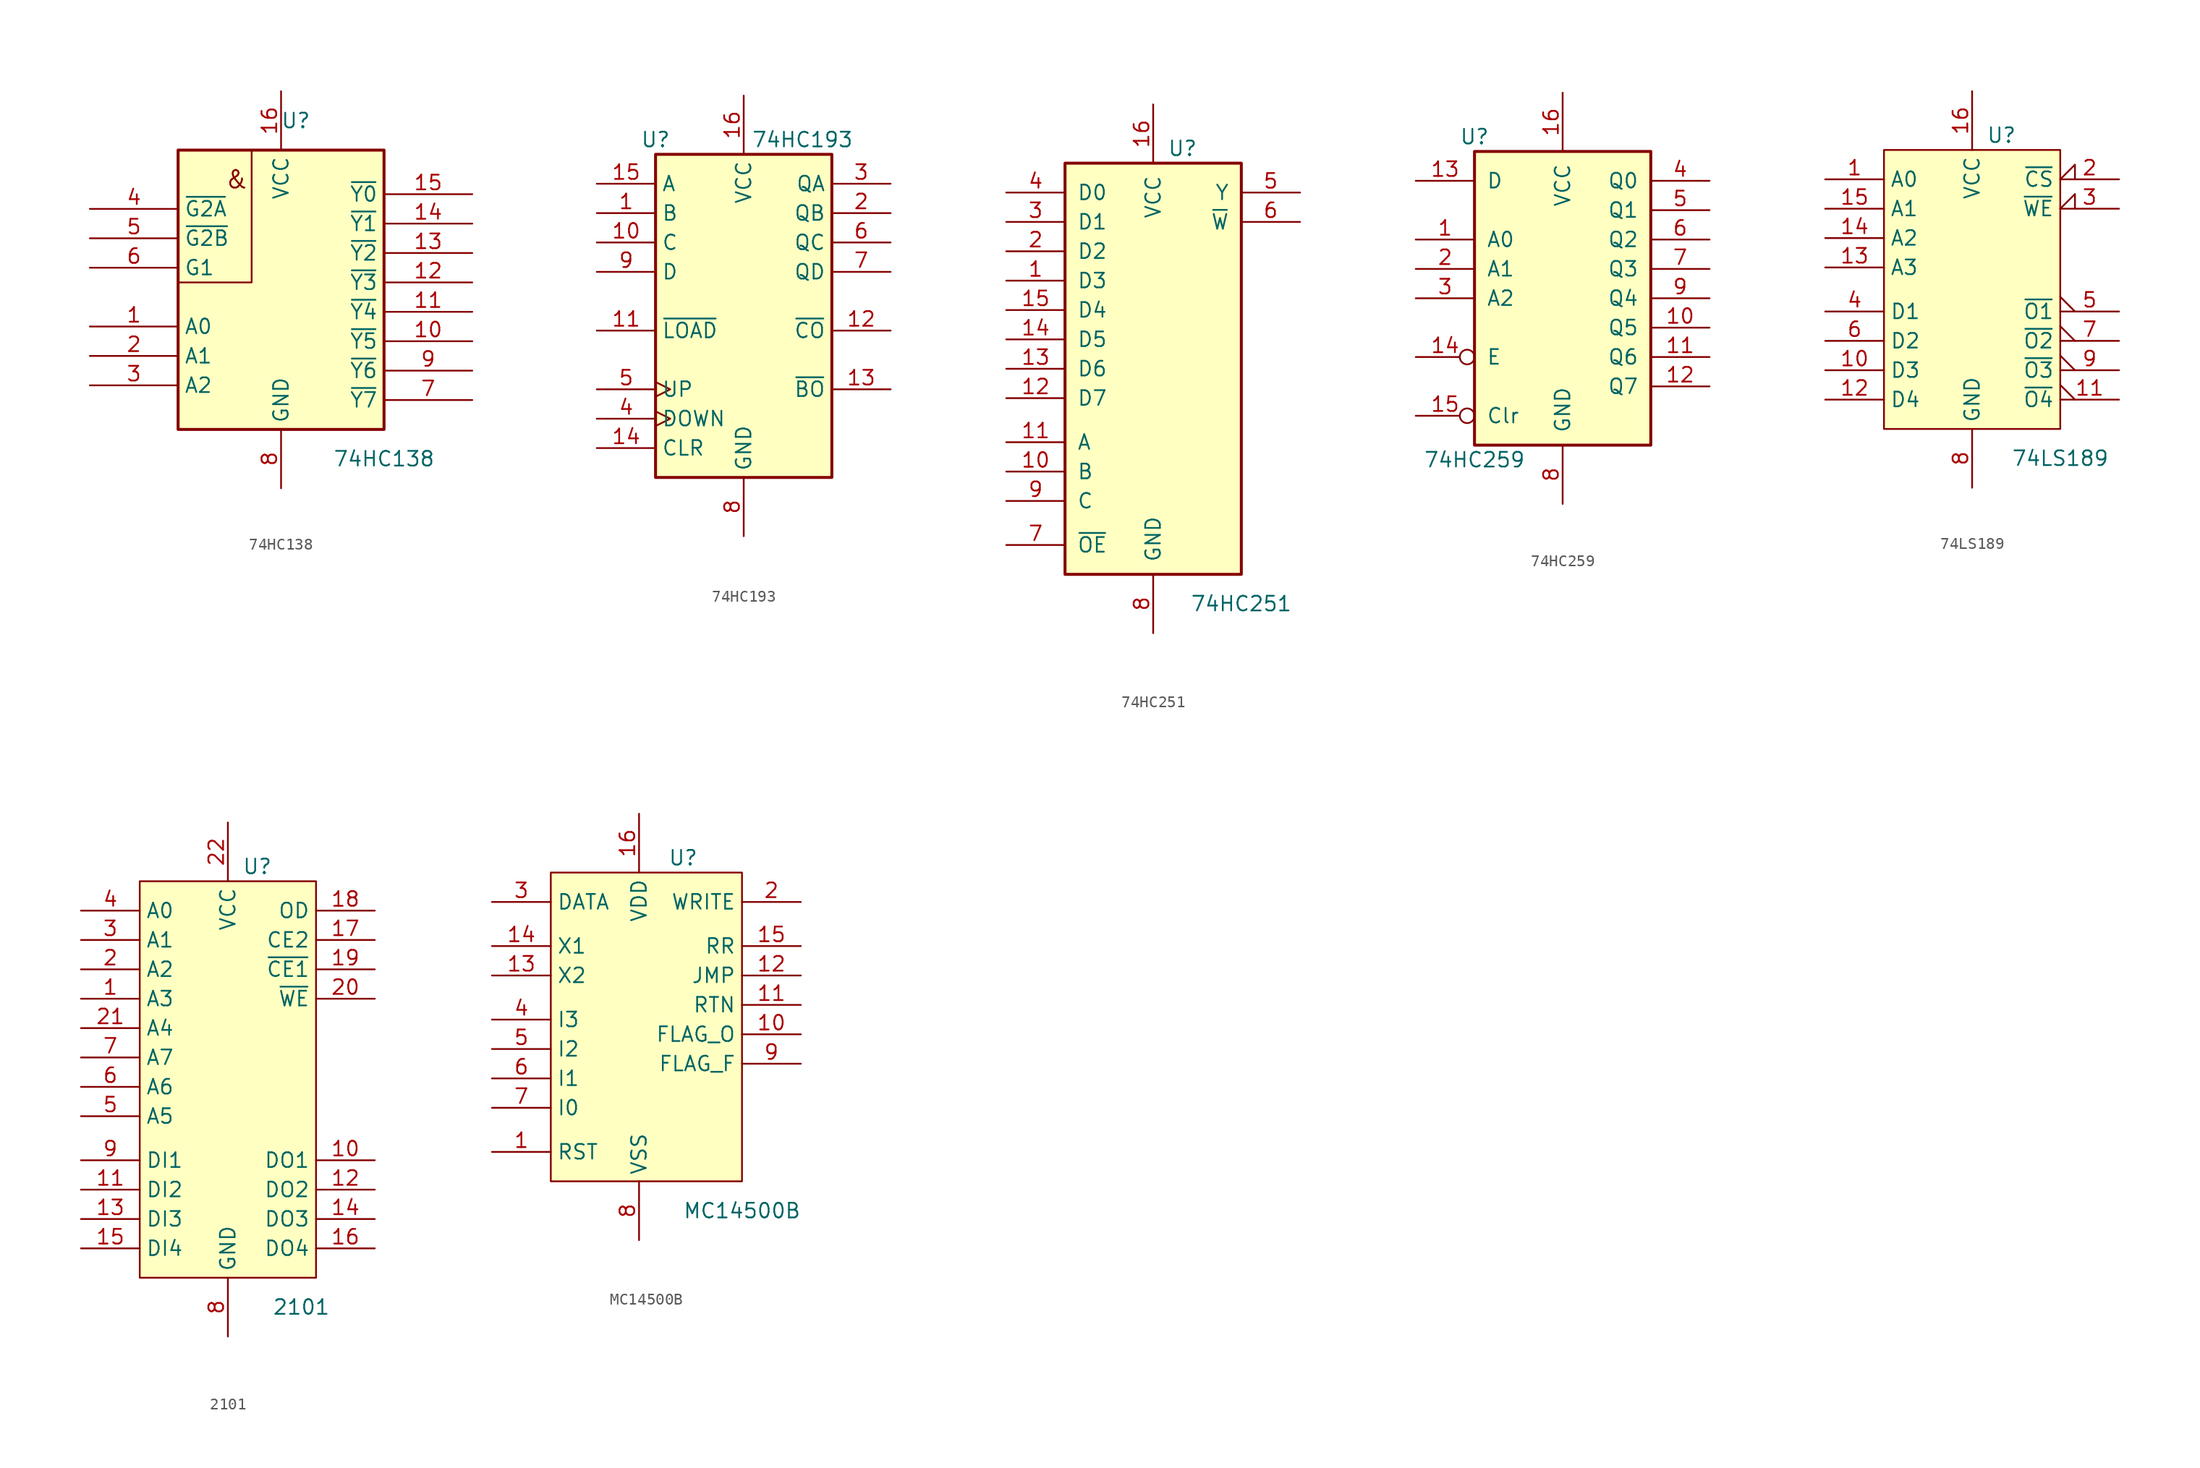
<source format=kicad_sym>
(kicad_symbol_lib
  (version 20220914)
  (generator kicad_symbol_editor)
  (symbol "74HC138"
    (property "Reference" "U"
      (at 1.27 2.54 0)
      (effects (font (size 1.27 1.27))))
    (property "Value" "74HC138"
      (at 8.89 -26.67 0)
      (effects (font (size 1.27 1.27))))
    (symbol "74HC138_0_0"
      (text "&" (at -3.81 -2.54 0) (effects (font (size 1.524 1.524))))
      (pin power_in line (at 0 5.08 270) (length 5.08) (name "VCC" (effects (font (size 1.27 1.27)))) (number "16" (effects (font (size 1.27 1.27))))))
    (symbol "74HC138_0_1"
      (rectangle (start -8.89 0) (end 8.89 -24.13) (stroke (width 0.254) (type default)) (fill (type background)))
      (polyline (pts (xy -2.54 0) (xy -2.54 -11.43) (xy -8.89 -11.43)) (stroke (width 0) (type default)) (fill (type none))))
    (symbol "74HC138_1_1"
      (pin input line (at -16.51 -15.24 0) (length 7.62) (name "A0" (effects (font (size 1.27 1.27)))) (number "1" (effects (font (size 1.27 1.27)))))
      (pin output line (at 16.51 -16.51 180) (length 7.62) (name "~{Y5}" (effects (font (size 1.27 1.27)))) (number "10" (effects (font (size 1.27 1.27)))))
      (pin output line (at 16.51 -13.97 180) (length 7.62) (name "~{Y4}" (effects (font (size 1.27 1.27)))) (number "11" (effects (font (size 1.27 1.27)))))
      (pin output line (at 16.51 -11.43 180) (length 7.62) (name "~{Y3}" (effects (font (size 1.27 1.27)))) (number "12" (effects (font (size 1.27 1.27)))))
      (pin output line (at 16.51 -8.89 180) (length 7.62) (name "~{Y2}" (effects (font (size 1.27 1.27)))) (number "13" (effects (font (size 1.27 1.27)))))
      (pin output line (at 16.51 -6.35 180) (length 7.62) (name "~{Y1}" (effects (font (size 1.27 1.27)))) (number "14" (effects (font (size 1.27 1.27)))))
      (pin output line (at 16.51 -3.81 180) (length 7.62) (name "~{Y0}" (effects (font (size 1.27 1.27)))) (number "15" (effects (font (size 1.27 1.27)))))
      (pin input line (at -16.51 -17.78 0) (length 7.62) (name "A1" (effects (font (size 1.27 1.27)))) (number "2" (effects (font (size 1.27 1.27)))))
      (pin input line (at -16.51 -20.32 0) (length 7.62) (name "A2" (effects (font (size 1.27 1.27)))) (number "3" (effects (font (size 1.27 1.27)))))
      (pin input line (at -16.51 -5.08 0) (length 7.62) (name "~{G2A}" (effects (font (size 1.27 1.27)))) (number "4" (effects (font (size 1.27 1.27)))))
      (pin input line (at -16.51 -7.62 0) (length 7.62) (name "~{G2B}" (effects (font (size 1.27 1.27)))) (number "5" (effects (font (size 1.27 1.27)))))
      (pin input line (at -16.51 -10.16 0) (length 7.62) (name "G1" (effects (font (size 1.27 1.27)))) (number "6" (effects (font (size 1.27 1.27)))))
      (pin output line (at 16.51 -21.59 180) (length 7.62) (name "~{Y7}" (effects (font (size 1.27 1.27)))) (number "7" (effects (font (size 1.27 1.27)))))
      (pin power_in line (at 0 -29.21 90) (length 5.08) (name "GND" (effects (font (size 1.27 1.27)))) (number "8" (effects (font (size 1.27 1.27)))))
      (pin output line (at 16.51 -19.05 180) (length 7.62) (name "~{Y6}" (effects (font (size 1.27 1.27)))) (number "9" (effects (font (size 1.27 1.27)))))))
  (symbol "74HC193"
    (property "Reference" "U"
      (at -7.62 13.97 0)
      (effects (font (size 1.27 1.27))))
    (property "Value" "74HC193"
      (at 5.08 13.97 0)
      (effects (font (size 1.27 1.27))))
    (symbol "74HC193_1_0"
      (pin input line (at -12.7 7.62 0) (length 5.08) (name "B" (effects (font (size 1.27 1.27)))) (number "1" (effects (font (size 1.27 1.27)))))
      (pin input line (at -12.7 5.08 0) (length 5.08) (name "C" (effects (font (size 1.27 1.27)))) (number "10" (effects (font (size 1.27 1.27)))))
      (pin input line (at -12.7 -2.54 0) (length 5.08) (name "~{LOAD}" (effects (font (size 1.27 1.27)))) (number "11" (effects (font (size 1.27 1.27)))))
      (pin output line (at 12.7 -2.54 180) (length 5.08) (name "~{CO}" (effects (font (size 1.27 1.27)))) (number "12" (effects (font (size 1.27 1.27)))))
      (pin output line (at 12.7 -7.62 180) (length 5.08) (name "~{BO}" (effects (font (size 1.27 1.27)))) (number "13" (effects (font (size 1.27 1.27)))))
      (pin input line (at -12.7 -12.7 0) (length 5.08) (name "CLR" (effects (font (size 1.27 1.27)))) (number "14" (effects (font (size 1.27 1.27)))))
      (pin input line (at -12.7 10.16 0) (length 5.08) (name "A" (effects (font (size 1.27 1.27)))) (number "15" (effects (font (size 1.27 1.27)))))
      (pin power_in line (at 0 17.78 270) (length 5.08) (name "VCC" (effects (font (size 1.27 1.27)))) (number "16" (effects (font (size 1.27 1.27)))))
      (pin output line (at 12.7 7.62 180) (length 5.08) (name "QB" (effects (font (size 1.27 1.27)))) (number "2" (effects (font (size 1.27 1.27)))))
      (pin output line (at 12.7 10.16 180) (length 5.08) (name "QA" (effects (font (size 1.27 1.27)))) (number "3" (effects (font (size 1.27 1.27)))))
      (pin input clock (at -12.7 -10.16 0) (length 5.08) (name "DOWN" (effects (font (size 1.27 1.27)))) (number "4" (effects (font (size 1.27 1.27)))))
      (pin input clock (at -12.7 -7.62 0) (length 5.08) (name "UP" (effects (font (size 1.27 1.27)))) (number "5" (effects (font (size 1.27 1.27)))))
      (pin output line (at 12.7 5.08 180) (length 5.08) (name "QC" (effects (font (size 1.27 1.27)))) (number "6" (effects (font (size 1.27 1.27)))))
      (pin output line (at 12.7 2.54 180) (length 5.08) (name "QD" (effects (font (size 1.27 1.27)))) (number "7" (effects (font (size 1.27 1.27)))))
      (pin power_in line (at 0 -20.32 90) (length 5.08) (name "GND" (effects (font (size 1.27 1.27)))) (number "8" (effects (font (size 1.27 1.27)))))
      (pin input line (at -12.7 2.54 0) (length 5.08) (name "D" (effects (font (size 1.27 1.27)))) (number "9" (effects (font (size 1.27 1.27))))))
    (symbol "74HC193_1_1"
      (rectangle (start -7.62 12.7) (end 7.62 -15.24) (stroke (width 0.254) (type default)) (fill (type background)))))
  (symbol "74HC251"
    (pin_names
      (offset 1.016))
    (property "Reference" "U"
      (at 2.54 19.05 0)
      (effects (font (size 1.27 1.27))))
    (property "Value" "74HC251"
      (at 7.62 -20.32 0)
      (effects (font (size 1.27 1.27))))
    (symbol "74HC251_1_0"
      (pin input line (at -12.7 7.62 0) (length 5.08) (name "D3" (effects (font (size 1.27 1.27)))) (number "1" (effects (font (size 1.27 1.27)))))
      (pin input line (at -12.7 -8.89 0) (length 5.08) (name "B" (effects (font (size 1.27 1.27)))) (number "10" (effects (font (size 1.27 1.27)))))
      (pin input line (at -12.7 -6.35 0) (length 5.08) (name "A" (effects (font (size 1.27 1.27)))) (number "11" (effects (font (size 1.27 1.27)))))
      (pin input line (at -12.7 -2.54 0) (length 5.08) (name "D7" (effects (font (size 1.27 1.27)))) (number "12" (effects (font (size 1.27 1.27)))))
      (pin input line (at -12.7 0 0) (length 5.08) (name "D6" (effects (font (size 1.27 1.27)))) (number "13" (effects (font (size 1.27 1.27)))))
      (pin input line (at -12.7 2.54 0) (length 5.08) (name "D5" (effects (font (size 1.27 1.27)))) (number "14" (effects (font (size 1.27 1.27)))))
      (pin input line (at -12.7 5.08 0) (length 5.08) (name "D4" (effects (font (size 1.27 1.27)))) (number "15" (effects (font (size 1.27 1.27)))))
      (pin power_in line (at 0 22.86 270) (length 5.08) (name "VCC" (effects (font (size 1.27 1.27)))) (number "16" (effects (font (size 1.27 1.27)))))
      (pin input line (at -12.7 10.16 0) (length 5.08) (name "D2" (effects (font (size 1.27 1.27)))) (number "2" (effects (font (size 1.27 1.27)))))
      (pin input line (at -12.7 12.7 0) (length 5.08) (name "D1" (effects (font (size 1.27 1.27)))) (number "3" (effects (font (size 1.27 1.27)))))
      (pin input line (at -12.7 15.24 0) (length 5.08) (name "D0" (effects (font (size 1.27 1.27)))) (number "4" (effects (font (size 1.27 1.27)))))
      (pin tri_state line (at 12.7 15.24 180) (length 5.08) (name "Y" (effects (font (size 1.27 1.27)))) (number "5" (effects (font (size 1.27 1.27)))))
      (pin tri_state line (at 12.7 12.7 180) (length 5.08) (name "~{W}" (effects (font (size 1.27 1.27)))) (number "6" (effects (font (size 1.27 1.27)))))
      (pin input line (at -12.7 -15.24 0) (length 5.08) (name "~{OE}" (effects (font (size 1.27 1.27)))) (number "7" (effects (font (size 1.27 1.27)))))
      (pin power_in line (at 0 -22.86 90) (length 5.08) (name "GND" (effects (font (size 1.27 1.27)))) (number "8" (effects (font (size 1.27 1.27)))))
      (pin input line (at -12.7 -11.43 0) (length 5.08) (name "C" (effects (font (size 1.27 1.27)))) (number "9" (effects (font (size 1.27 1.27))))))
    (symbol "74HC251_1_1"
      (rectangle (start -7.62 17.78) (end 7.62 -17.78) (stroke (width 0.254) (type default)) (fill (type background)))))
  (symbol "74HC259"
    (pin_names
      (offset 1.016))
    (property "Reference" "U"
      (at -7.62 13.97 0)
      (effects (font (size 1.27 1.27))))
    (property "Value" "74HC259"
      (at -7.62 -13.97 0)
      (effects (font (size 1.27 1.27))))
    (symbol "74HC259_1_0"
      (pin input line (at -12.7 5.08 0) (length 5.08) (name "A0" (effects (font (size 1.27 1.27)))) (number "1" (effects (font (size 1.27 1.27)))))
      (pin output line (at 12.7 -2.54 180) (length 5.08) (name "Q5" (effects (font (size 1.27 1.27)))) (number "10" (effects (font (size 1.27 1.27)))))
      (pin output line (at 12.7 -5.08 180) (length 5.08) (name "Q6" (effects (font (size 1.27 1.27)))) (number "11" (effects (font (size 1.27 1.27)))))
      (pin output line (at 12.7 -7.62 180) (length 5.08) (name "Q7" (effects (font (size 1.27 1.27)))) (number "12" (effects (font (size 1.27 1.27)))))
      (pin input line (at -12.7 10.16 0) (length 5.08) (name "D" (effects (font (size 1.27 1.27)))) (number "13" (effects (font (size 1.27 1.27)))))
      (pin input inverted (at -12.7 -5.08 0) (length 5.08) (name "E" (effects (font (size 1.27 1.27)))) (number "14" (effects (font (size 1.27 1.27)))))
      (pin input inverted (at -12.7 -10.16 0) (length 5.08) (name "Clr" (effects (font (size 1.27 1.27)))) (number "15" (effects (font (size 1.27 1.27)))))
      (pin power_in line (at 0 17.78 270) (length 5.08) (name "VCC" (effects (font (size 1.27 1.27)))) (number "16" (effects (font (size 1.27 1.27)))))
      (pin input line (at -12.7 2.54 0) (length 5.08) (name "A1" (effects (font (size 1.27 1.27)))) (number "2" (effects (font (size 1.27 1.27)))))
      (pin input line (at -12.7 0 0) (length 5.08) (name "A2" (effects (font (size 1.27 1.27)))) (number "3" (effects (font (size 1.27 1.27)))))
      (pin output line (at 12.7 10.16 180) (length 5.08) (name "Q0" (effects (font (size 1.27 1.27)))) (number "4" (effects (font (size 1.27 1.27)))))
      (pin output line (at 12.7 7.62 180) (length 5.08) (name "Q1" (effects (font (size 1.27 1.27)))) (number "5" (effects (font (size 1.27 1.27)))))
      (pin output line (at 12.7 5.08 180) (length 5.08) (name "Q2" (effects (font (size 1.27 1.27)))) (number "6" (effects (font (size 1.27 1.27)))))
      (pin output line (at 12.7 2.54 180) (length 5.08) (name "Q3" (effects (font (size 1.27 1.27)))) (number "7" (effects (font (size 1.27 1.27)))))
      (pin power_in line (at 0 -17.78 90) (length 5.08) (name "GND" (effects (font (size 1.27 1.27)))) (number "8" (effects (font (size 1.27 1.27)))))
      (pin output line (at 12.7 0 180) (length 5.08) (name "Q4" (effects (font (size 1.27 1.27)))) (number "9" (effects (font (size 1.27 1.27))))))
    (symbol "74HC259_1_1"
      (rectangle (start -7.62 12.7) (end 7.62 -12.7) (stroke (width 0.254) (type default)) (fill (type background)))))
  (symbol "74LS189"
    (property "Reference" "U"
      (at 2.54 1.27 0)
      (effects (font (size 1.27 1.27))))
    (property "Value" "74LS189"
      (at 7.62 -26.67 0)
      (effects (font (size 1.27 1.27))))
    (symbol "74LS189_0_1"
      (rectangle (start -7.62 0) (end 7.62 -24.13) (stroke (width 0) (type default)) (fill (type background))))
    (symbol "74LS189_1_1"
      (pin input line (at -12.7 -2.54 0) (length 5.08) (name "A0" (effects (font (size 1.27 1.27)))) (number "1" (effects (font (size 1.27 1.27)))))
      (pin input line (at -12.7 -19.05 0) (length 5.08) (name "D3" (effects (font (size 1.27 1.27)))) (number "10" (effects (font (size 1.27 1.27)))))
      (pin output output_low (at 12.7 -21.59 180) (length 5.08) (name "~{O4}" (effects (font (size 1.27 1.27)))) (number "11" (effects (font (size 1.27 1.27)))))
      (pin input line (at -12.7 -21.59 0) (length 5.08) (name "D4" (effects (font (size 1.27 1.27)))) (number "12" (effects (font (size 1.27 1.27)))))
      (pin input line (at -12.7 -10.16 0) (length 5.08) (name "A3" (effects (font (size 1.27 1.27)))) (number "13" (effects (font (size 1.27 1.27)))))
      (pin input line (at -12.7 -7.62 0) (length 5.08) (name "A2" (effects (font (size 1.27 1.27)))) (number "14" (effects (font (size 1.27 1.27)))))
      (pin input line (at -12.7 -5.08 0) (length 5.08) (name "A1" (effects (font (size 1.27 1.27)))) (number "15" (effects (font (size 1.27 1.27)))))
      (pin power_in line (at 0 5.08 270) (length 5.08) (name "VCC" (effects (font (size 1.27 1.27)))) (number "16" (effects (font (size 1.27 1.27)))))
      (pin input input_low (at 12.7 -2.54 180) (length 5.08) (name "~{CS}" (effects (font (size 1.27 1.27)))) (number "2" (effects (font (size 1.27 1.27)))))
      (pin input input_low (at 12.7 -5.08 180) (length 5.08) (name "~{WE}" (effects (font (size 1.27 1.27)))) (number "3" (effects (font (size 1.27 1.27)))))
      (pin input line (at -12.7 -13.97 0) (length 5.08) (name "D1" (effects (font (size 1.27 1.27)))) (number "4" (effects (font (size 1.27 1.27)))))
      (pin output output_low (at 12.7 -13.97 180) (length 5.08) (name "~{O1}" (effects (font (size 1.27 1.27)))) (number "5" (effects (font (size 1.27 1.27)))))
      (pin input line (at -12.7 -16.51 0) (length 5.08) (name "D2" (effects (font (size 1.27 1.27)))) (number "6" (effects (font (size 1.27 1.27)))))
      (pin output output_low (at 12.7 -16.51 180) (length 5.08) (name "~{O2}" (effects (font (size 1.27 1.27)))) (number "7" (effects (font (size 1.27 1.27)))))
      (pin power_in line (at 0 -29.21 90) (length 5.08) (name "GND" (effects (font (size 1.27 1.27)))) (number "8" (effects (font (size 1.27 1.27)))))
      (pin output output_low (at 12.7 -19.05 180) (length 5.08) (name "~{O3}" (effects (font (size 1.27 1.27)))) (number "9" (effects (font (size 1.27 1.27)))))))
  (symbol "2101"
    (property "Reference" "U"
      (at 2.54 1.27 0)
      (effects (font (size 1.27 1.27))))
    (property "Value" "2101"
      (at 6.35 -36.83 0)
      (effects (font (size 1.27 1.27))))
    (symbol "2101_0_1"
      (rectangle (start -7.62 0) (end 7.62 -34.29) (stroke (width 0) (type default)) (fill (type background))))
    (symbol "2101_1_1"
      (pin input line (at -12.7 -10.16 0) (length 5.08) (name "A3" (effects (font (size 1.27 1.27)))) (number "1" (effects (font (size 1.27 1.27)))))
      (pin tri_state line (at 12.7 -24.13 180) (length 5.08) (name "DO1" (effects (font (size 1.27 1.27)))) (number "10" (effects (font (size 1.27 1.27)))))
      (pin input line (at -12.7 -26.67 0) (length 5.08) (name "DI2" (effects (font (size 1.27 1.27)))) (number "11" (effects (font (size 1.27 1.27)))))
      (pin tri_state line (at 12.7 -26.67 180) (length 5.08) (name "DO2" (effects (font (size 1.27 1.27)))) (number "12" (effects (font (size 1.27 1.27)))))
      (pin input line (at -12.7 -29.21 0) (length 5.08) (name "DI3" (effects (font (size 1.27 1.27)))) (number "13" (effects (font (size 1.27 1.27)))))
      (pin tri_state line (at 12.7 -29.21 180) (length 5.08) (name "DO3" (effects (font (size 1.27 1.27)))) (number "14" (effects (font (size 1.27 1.27)))))
      (pin input line (at -12.7 -31.75 0) (length 5.08) (name "DI4" (effects (font (size 1.27 1.27)))) (number "15" (effects (font (size 1.27 1.27)))))
      (pin tri_state line (at 12.7 -31.75 180) (length 5.08) (name "DO4" (effects (font (size 1.27 1.27)))) (number "16" (effects (font (size 1.27 1.27)))))
      (pin input line (at 12.7 -5.08 180) (length 5.08) (name "CE2" (effects (font (size 1.27 1.27)))) (number "17" (effects (font (size 1.27 1.27)))))
      (pin input line (at 12.7 -2.54 180) (length 5.08) (name "OD" (effects (font (size 1.27 1.27)))) (number "18" (effects (font (size 1.27 1.27)))))
      (pin input line (at 12.7 -7.62 180) (length 5.08) (name "~{CE1}" (effects (font (size 1.27 1.27)))) (number "19" (effects (font (size 1.27 1.27)))))
      (pin input line (at -12.7 -7.62 0) (length 5.08) (name "A2" (effects (font (size 1.27 1.27)))) (number "2" (effects (font (size 1.27 1.27)))))
      (pin input line (at 12.7 -10.16 180) (length 5.08) (name "~{WE}" (effects (font (size 1.27 1.27)))) (number "20" (effects (font (size 1.27 1.27)))))
      (pin input line (at -12.7 -12.7 0) (length 5.08) (name "A4" (effects (font (size 1.27 1.27)))) (number "21" (effects (font (size 1.27 1.27)))))
      (pin power_in line (at 0 5.08 270) (length 5.08) (name "VCC" (effects (font (size 1.27 1.27)))) (number "22" (effects (font (size 1.27 1.27)))))
      (pin input line (at -12.7 -5.08 0) (length 5.08) (name "A1" (effects (font (size 1.27 1.27)))) (number "3" (effects (font (size 1.27 1.27)))))
      (pin input line (at -12.7 -2.54 0) (length 5.08) (name "A0" (effects (font (size 1.27 1.27)))) (number "4" (effects (font (size 1.27 1.27)))))
      (pin input line (at -12.7 -20.32 0) (length 5.08) (name "A5" (effects (font (size 1.27 1.27)))) (number "5" (effects (font (size 1.27 1.27)))))
      (pin input line (at -12.7 -17.78 0) (length 5.08) (name "A6" (effects (font (size 1.27 1.27)))) (number "6" (effects (font (size 1.27 1.27)))))
      (pin input line (at -12.7 -15.24 0) (length 5.08) (name "A7" (effects (font (size 1.27 1.27)))) (number "7" (effects (font (size 1.27 1.27)))))
      (pin power_in line (at 0 -39.37 90) (length 5.08) (name "GND" (effects (font (size 1.27 1.27)))) (number "8" (effects (font (size 1.27 1.27)))))
      (pin input line (at -12.7 -24.13 0) (length 5.08) (name "DI1" (effects (font (size 1.27 1.27)))) (number "9" (effects (font (size 1.27 1.27)))))))
  (symbol "MC14500B"
    (property "Reference" "U"
      (at 3.81 1.27 0)
      (effects (font (size 1.27 1.27))))
    (property "Value" "MC14500B"
      (at 8.89 -29.21 0)
      (effects (font (size 1.27 1.27))))
    (symbol "MC14500B_0_1"
      (rectangle (start -7.62 0) (end 8.89 -26.67) (stroke (width 0) (type default)) (fill (type background))))
    (symbol "MC14500B_1_1"
      (pin input line (at -12.7 -24.13 0) (length 5.08) (name "RST" (effects (font (size 1.27 1.27)))) (number "1" (effects (font (size 1.27 1.27)))))
      (pin output line (at 13.97 -13.97 180) (length 5.08) (name "FLAG_O" (effects (font (size 1.27 1.27)))) (number "10" (effects (font (size 1.27 1.27)))))
      (pin output line (at 13.97 -11.43 180) (length 5.08) (name "RTN" (effects (font (size 1.27 1.27)))) (number "11" (effects (font (size 1.27 1.27)))))
      (pin output line (at 13.97 -8.89 180) (length 5.08) (name "JMP" (effects (font (size 1.27 1.27)))) (number "12" (effects (font (size 1.27 1.27)))))
      (pin input line (at -12.7 -8.89 0) (length 5.08) (name "X2" (effects (font (size 1.27 1.27)))) (number "13" (effects (font (size 1.27 1.27)))))
      (pin output line (at -12.7 -6.35 0) (length 5.08) (name "X1" (effects (font (size 1.27 1.27)))) (number "14" (effects (font (size 1.27 1.27)))))
      (pin output line (at 13.97 -6.35 180) (length 5.08) (name "RR" (effects (font (size 1.27 1.27)))) (number "15" (effects (font (size 1.27 1.27)))))
      (pin power_in line (at 0 5.08 270) (length 5.08) (name "VDD" (effects (font (size 1.27 1.27)))) (number "16" (effects (font (size 1.27 1.27)))))
      (pin output line (at 13.97 -2.54 180) (length 5.08) (name "WRITE" (effects (font (size 1.27 1.27)))) (number "2" (effects (font (size 1.27 1.27)))))
      (pin input line (at -12.7 -2.54 0) (length 5.08) (name "DATA" (effects (font (size 1.27 1.27)))) (number "3" (effects (font (size 1.27 1.27)))))
      (pin input line (at -12.7 -12.7 0) (length 5.08) (name "I3" (effects (font (size 1.27 1.27)))) (number "4" (effects (font (size 1.27 1.27)))))
      (pin input line (at -12.7 -15.24 0) (length 5.08) (name "I2" (effects (font (size 1.27 1.27)))) (number "5" (effects (font (size 1.27 1.27)))))
      (pin input line (at -12.7 -17.78 0) (length 5.08) (name "I1" (effects (font (size 1.27 1.27)))) (number "6" (effects (font (size 1.27 1.27)))))
      (pin input line (at -12.7 -20.32 0) (length 5.08) (name "I0" (effects (font (size 1.27 1.27)))) (number "7" (effects (font (size 1.27 1.27)))))
      (pin power_in line (at 0 -31.75 90) (length 5.08) (name "VSS" (effects (font (size 1.27 1.27)))) (number "8" (effects (font (size 1.27 1.27)))))
      (pin output line (at 13.97 -16.51 180) (length 5.08) (name "FLAG_F" (effects (font (size 1.27 1.27)))) (number "9" (effects (font (size 1.27 1.27))))))))
</source>
